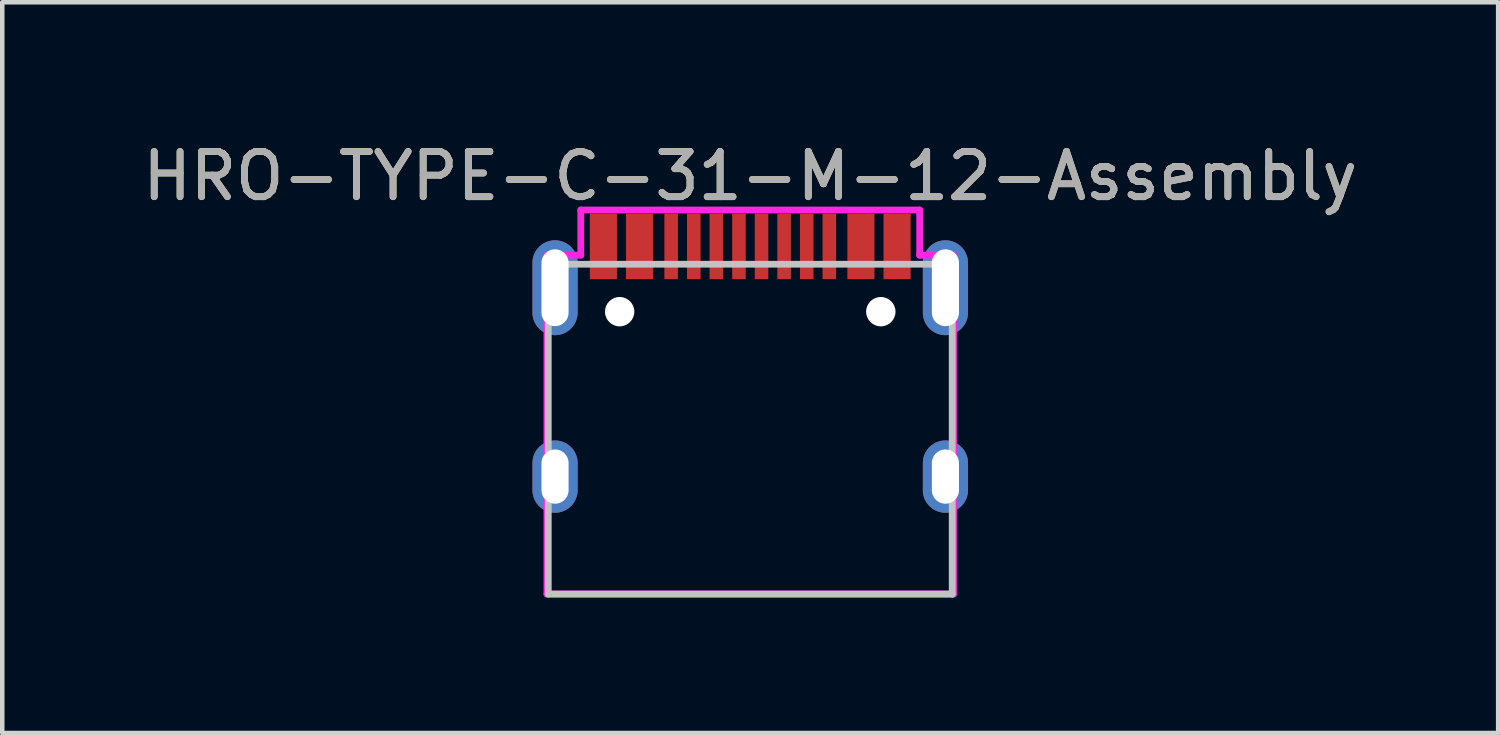
<source format=kicad_pcb>
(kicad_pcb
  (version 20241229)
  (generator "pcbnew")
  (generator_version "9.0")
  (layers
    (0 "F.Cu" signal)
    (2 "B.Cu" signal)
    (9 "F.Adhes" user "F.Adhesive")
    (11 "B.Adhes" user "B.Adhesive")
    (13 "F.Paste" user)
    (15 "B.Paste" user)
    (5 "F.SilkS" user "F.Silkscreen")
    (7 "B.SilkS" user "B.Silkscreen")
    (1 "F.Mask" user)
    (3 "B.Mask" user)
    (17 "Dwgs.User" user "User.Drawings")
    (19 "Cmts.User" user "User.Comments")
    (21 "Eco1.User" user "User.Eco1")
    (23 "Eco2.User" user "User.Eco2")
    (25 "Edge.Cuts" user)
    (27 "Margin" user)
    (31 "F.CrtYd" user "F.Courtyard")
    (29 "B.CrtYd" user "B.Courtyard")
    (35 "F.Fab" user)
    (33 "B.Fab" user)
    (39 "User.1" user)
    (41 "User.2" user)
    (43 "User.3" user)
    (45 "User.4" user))
  (footprint "HRO-TYPE-C-31-M-12-Assembly"
    (layer "F.Cu")
    (at 13.554 5.004)
    (property "Reference" "HRO-TYPE-C-31-M-12-Assembly" (at 0 -4.156 0) (layer "F.SilkS") (effects (font (size 1 1) (thickness 0.15))))
    (attr smd)
    (fp_line (start -4.47 -2.206) (end 4.47 -2.206) (stroke (width 0.15) (type solid)) (layer "Dwgs.User"))
    (fp_line (start -4.47 5.094) (end -4.47 -2.206) (stroke (width 0.15) (type solid)) (layer "Dwgs.User"))
    (fp_line (start -4.47 5.094) (end 4.47 5.094) (stroke (width 0.15) (type solid)) (layer "Dwgs.User"))
    (fp_line (start 4.47 5.094) (end 4.47 -2.206) (stroke (width 0.15) (type solid)) (layer "Dwgs.User"))
    (fp_line (start -4.5 -2.406) (end -3.75 -2.406) (stroke (width 0.15) (type solid)) (layer "F.CrtYd"))
    (fp_line (start -4.5 5.094) (end -4.5 -2.406) (stroke (width 0.15) (type solid)) (layer "F.CrtYd"))
    (fp_line (start -3.75 -3.406) (end 3.75 -3.406) (stroke (width 0.15) (type solid)) (layer "F.CrtYd"))
    (fp_line (start -3.75 -2.406) (end -3.75 -3.406) (stroke (width 0.15) (type solid)) (layer "F.CrtYd"))
    (fp_line (start 3.75 -3.406) (end 3.75 -2.406) (stroke (width 0.15) (type solid)) (layer "F.CrtYd"))
    (fp_line (start 3.75 -2.406) (end 4.5 -2.406) (stroke (width 0.15) (type solid)) (layer "F.CrtYd"))
    (fp_line (start 4.5 -2.406) (end 4.5 5.094) (stroke (width 0.15) (type solid)) (layer "F.CrtYd"))
    (fp_line (start 4.5 5.094) (end -4.5 5.094) (stroke (width 0.15) (type solid)) (layer "F.CrtYd"))
    (fp_text user "${REFERENCE}" (at 0 -4.156 0) (layer "F.Fab") (effects (font (size 1 1) (thickness 0.15))))
    (pad "" np_thru_hole circle (at -2.89 -1.156) (size 0.65 0.65) (drill 0.65) (layers "*.Cu" "*.Mask"))
    (pad "" np_thru_hole circle (at 2.89 -1.156) (size 0.65 0.65) (drill 0.65) (layers "*.Cu" "*.Mask"))
    (pad "1" smd rect (at -3.25 -2.601) (size 0.6 1.45) (layers "F.Cu" "F.Mask" "F.Paste"))
    (pad "2" smd rect (at -2.45 -2.601) (size 0.6 1.45) (layers "F.Cu" "F.Mask" "F.Paste"))
    (pad "3" smd rect (at -1.75 -2.601) (size 0.3 1.45) (layers "F.Cu" "F.Mask" "F.Paste"))
    (pad "4" smd rect (at -1.25 -2.601) (size 0.3 1.45) (layers "F.Cu" "F.Mask" "F.Paste"))
    (pad "5" smd rect (at -0.75 -2.601) (size 0.3 1.45) (layers "F.Cu" "F.Mask" "F.Paste"))
    (pad "6" smd rect (at -0.25 -2.601) (size 0.3 1.45) (layers "F.Cu" "F.Mask" "F.Paste"))
    (pad "7" smd rect (at 0.25 -2.601) (size 0.3 1.45) (layers "F.Cu" "F.Mask" "F.Paste"))
    (pad "8" smd rect (at 0.75 -2.601) (size 0.3 1.45) (layers "F.Cu" "F.Mask" "F.Paste"))
    (pad "9" smd rect (at 1.25 -2.601) (size 0.3 1.45) (layers "F.Cu" "F.Mask" "F.Paste"))
    (pad "10" smd rect (at 1.75 -2.601) (size 0.3 1.45) (layers "F.Cu" "F.Mask" "F.Paste"))
    (pad "11" smd rect (at 2.45 -2.601) (size 0.6 1.45) (layers "F.Cu" "F.Mask" "F.Paste"))
    (pad "12" smd rect (at 3.25 -2.601) (size 0.6 1.45) (layers "F.Cu" "F.Mask" "F.Paste"))
    (pad "13" thru_hole oval (at -4.32 -1.686) (size 1 2.1) (drill oval 0.6 1.7) (layers "*.Cu" "*.Mask"))
    (pad "13" thru_hole oval (at -4.32 2.494) (size 1 1.6) (drill oval 0.6 1.2) (layers "*.Cu" "*.Mask"))
    (pad "13" thru_hole oval (at 4.32 -1.686) (size 1 2.1) (drill oval 0.6 1.7) (layers "*.Cu" "*.Mask"))
    (pad "13" thru_hole oval (at 4.32 2.494) (size 1 1.6) (drill oval 0.6 1.2) (layers "*.Cu" "*.Mask")))
  (gr_rect
    (start -3 -3)
    (end 30.107 13.173)
    (stroke (width 0.1) (type default))
    (fill no)
    (layer "Edge.Cuts")))
</source>
